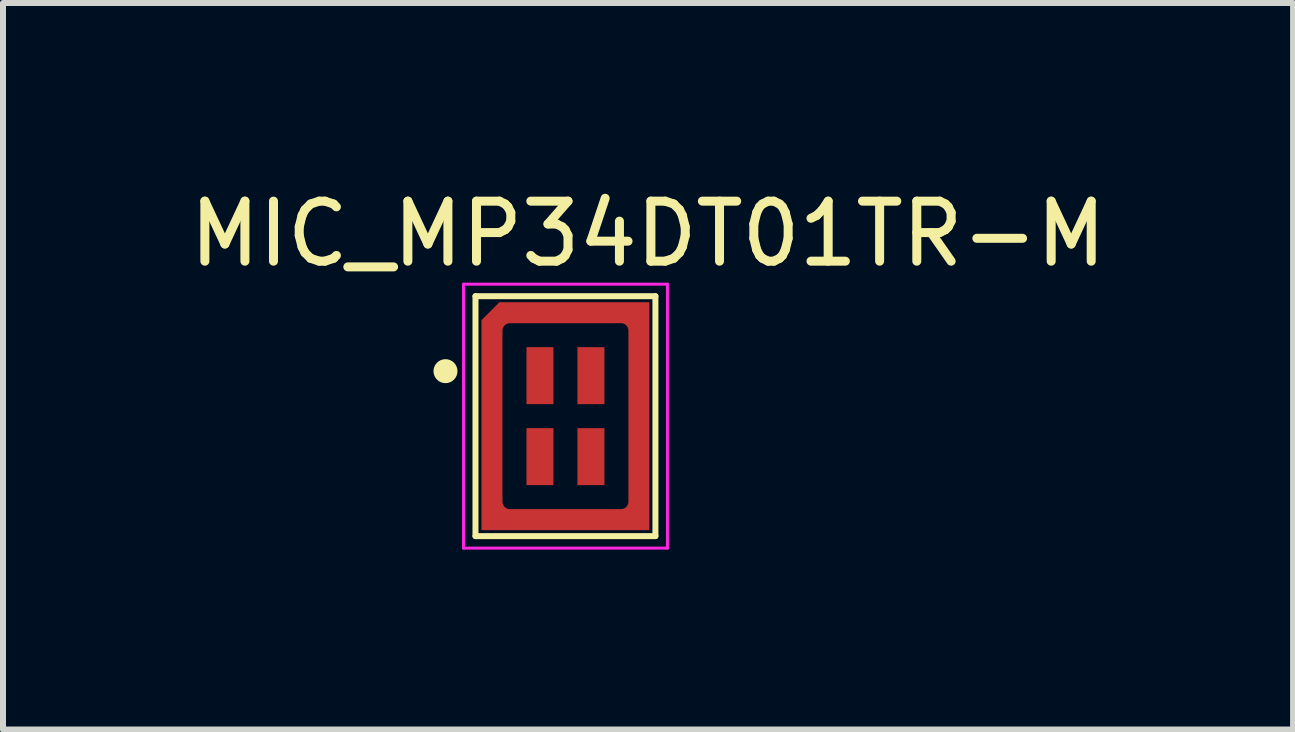
<source format=kicad_pcb>
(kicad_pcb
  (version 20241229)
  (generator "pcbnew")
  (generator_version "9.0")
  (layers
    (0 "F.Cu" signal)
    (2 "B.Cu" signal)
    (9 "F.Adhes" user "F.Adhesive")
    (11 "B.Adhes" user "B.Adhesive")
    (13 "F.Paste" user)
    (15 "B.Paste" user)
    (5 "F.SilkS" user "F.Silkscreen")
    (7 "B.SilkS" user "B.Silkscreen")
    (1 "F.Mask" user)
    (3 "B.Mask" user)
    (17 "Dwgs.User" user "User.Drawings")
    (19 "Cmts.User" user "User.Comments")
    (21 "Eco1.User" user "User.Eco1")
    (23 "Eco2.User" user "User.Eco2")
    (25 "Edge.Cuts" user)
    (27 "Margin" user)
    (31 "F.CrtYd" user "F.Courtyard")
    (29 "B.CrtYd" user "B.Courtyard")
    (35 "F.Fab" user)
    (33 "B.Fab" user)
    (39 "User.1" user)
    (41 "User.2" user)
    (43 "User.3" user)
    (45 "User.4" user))
  (footprint "MIC_MP34DT01TR-M"
    (layer "F.Cu")
    (at 6.377 3.888)
    (property "Reference" "MIC_MP34DT01TR-M" (at 1.377 -3.039 0) (layer "F.SilkS") (effects (font (size 1.001 1.001) (thickness 0.15))))
    (attr smd)
    (fp_poly (pts (xy -1.1 -1.9) (xy 1.4 -1.9) (xy 1.4 1.9) (xy 0 1.9) (xy 0 1.55) (xy 0.925 1.55) (xy 0.932 1.55) (xy 0.938 1.549) (xy 0.945 1.548) (xy 0.951 1.547) (xy 0.957 1.546) (xy 0.964 1.544) (xy 0.97 1.542) (xy 0.976 1.539) (xy 0.982 1.536) (xy 0.988 1.533) (xy 0.993 1.53) (xy 0.998 1.526) (xy 1.004 1.522) (xy 1.009 1.518) (xy 1.013 1.513) (xy 1.018 1.509) (xy 1.022 1.504) (xy 1.026 1.498) (xy 1.03 1.493) (xy 1.033 1.488) (xy 1.036 1.482) (xy 1.039 1.476) (xy 1.042 1.47) (xy 1.044 1.464) (xy 1.046 1.457) (xy 1.047 1.451) (xy 1.048 1.445) (xy 1.049 1.438) (xy 1.05 1.432) (xy 1.05 1.425) (xy 1.05 -1.425) (xy 1.05 -1.432) (xy 1.049 -1.438) (xy 1.048 -1.445) (xy 1.047 -1.451) (xy 1.046 -1.457) (xy 1.044 -1.464) (xy 1.042 -1.47) (xy 1.039 -1.476) (xy 1.036 -1.482) (xy 1.033 -1.488) (xy 1.03 -1.493) (xy 1.026 -1.498) (xy 1.022 -1.504) (xy 1.018 -1.509) (xy 1.013 -1.513) (xy 1.009 -1.518) (xy 1.004 -1.522) (xy 0.998 -1.526) (xy 0.993 -1.53) (xy 0.988 -1.533) (xy 0.982 -1.536) (xy 0.976 -1.539) (xy 0.97 -1.542) (xy 0.964 -1.544) (xy 0.957 -1.546) (xy 0.951 -1.547) (xy 0.945 -1.548) (xy 0.938 -1.549) (xy 0.932 -1.55) (xy 0.925 -1.55) (xy -0.925 -1.55) (xy -0.932 -1.55) (xy -0.938 -1.549) (xy -0.945 -1.548) (xy -0.951 -1.547) (xy -0.957 -1.546) (xy -0.964 -1.544) (xy -0.97 -1.542) (xy -0.976 -1.539) (xy -0.982 -1.536) (xy -0.988 -1.533) (xy -0.993 -1.53) (xy -0.998 -1.526) (xy -1.004 -1.522) (xy -1.009 -1.518) (xy -1.013 -1.513) (xy -1.018 -1.509) (xy -1.022 -1.504) (xy -1.026 -1.498) (xy -1.03 -1.493) (xy -1.033 -1.488) (xy -1.036 -1.482) (xy -1.039 -1.476) (xy -1.042 -1.47) (xy -1.044 -1.464) (xy -1.046 -1.457) (xy -1.047 -1.451) (xy -1.048 -1.445) (xy -1.049 -1.438) (xy -1.05 -1.432) (xy -1.05 -1.425) (xy -1.05 1.425) (xy -1.05 1.432) (xy -1.049 1.438) (xy -1.048 1.445) (xy -1.047 1.451) (xy -1.046 1.457) (xy -1.044 1.464) (xy -1.042 1.47) (xy -1.039 1.476) (xy -1.036 1.482) (xy -1.033 1.488) (xy -1.03 1.493) (xy -1.026 1.498) (xy -1.022 1.504) (xy -1.018 1.509) (xy -1.013 1.513) (xy -1.009 1.518) (xy -1.004 1.522) (xy -0.998 1.526) (xy -0.993 1.53) (xy -0.988 1.533) (xy -0.982 1.536) (xy -0.976 1.539) (xy -0.97 1.542) (xy -0.964 1.544) (xy -0.957 1.546) (xy -0.951 1.547) (xy -0.945 1.548) (xy -0.938 1.549) (xy -0.932 1.55) (xy -0.925 1.55) (xy 0 1.55) (xy 0 1.9) (xy -1.4 1.9) (xy -1.4 -1.6) (xy -1.1 -1.9)) (stroke (width 0) (type solid)) (fill yes) (layer "F.Mask"))
    (fp_line (start -1.5 -2) (end 1.5 -2) (stroke (width 0.1) (type solid)) (layer "F.SilkS"))
    (fp_line (start -1.5 2) (end -1.5 -2) (stroke (width 0.1) (type solid)) (layer "F.SilkS"))
    (fp_line (start 1.5 -2) (end 1.5 2) (stroke (width 0.1) (type solid)) (layer "F.SilkS"))
    (fp_line (start 1.5 2) (end -1.5 2) (stroke (width 0.1) (type solid)) (layer "F.SilkS"))
    (fp_circle (center -2 -0.75) (end -1.9 -0.75) (stroke (width 0.2) (type solid)) (fill no) (layer "F.SilkS"))
    (fp_poly (pts (xy -1.1 -1.9) (xy 1.4 -1.9) (xy 1.4 1.9) (xy 0 1.9) (xy 0 1.55) (xy 0.925 1.55) (xy 0.932 1.55) (xy 0.938 1.549) (xy 0.945 1.548) (xy 0.951 1.547) (xy 0.957 1.546) (xy 0.964 1.544) (xy 0.97 1.542) (xy 0.976 1.539) (xy 0.982 1.536) (xy 0.988 1.533) (xy 0.993 1.53) (xy 0.998 1.526) (xy 1.004 1.522) (xy 1.009 1.518) (xy 1.013 1.513) (xy 1.018 1.509) (xy 1.022 1.504) (xy 1.026 1.498) (xy 1.03 1.493) (xy 1.033 1.488) (xy 1.036 1.482) (xy 1.039 1.476) (xy 1.042 1.47) (xy 1.044 1.464) (xy 1.046 1.457) (xy 1.047 1.451) (xy 1.048 1.445) (xy 1.049 1.438) (xy 1.05 1.432) (xy 1.05 1.425) (xy 1.05 -1.425) (xy 1.05 -1.432) (xy 1.049 -1.438) (xy 1.048 -1.445) (xy 1.047 -1.451) (xy 1.046 -1.457) (xy 1.044 -1.464) (xy 1.042 -1.47) (xy 1.039 -1.476) (xy 1.036 -1.482) (xy 1.033 -1.488) (xy 1.03 -1.493) (xy 1.026 -1.498) (xy 1.022 -1.504) (xy 1.018 -1.509) (xy 1.013 -1.513) (xy 1.009 -1.518) (xy 1.004 -1.522) (xy 0.998 -1.526) (xy 0.993 -1.53) (xy 0.988 -1.533) (xy 0.982 -1.536) (xy 0.976 -1.539) (xy 0.97 -1.542) (xy 0.964 -1.544) (xy 0.957 -1.546) (xy 0.951 -1.547) (xy 0.945 -1.548) (xy 0.938 -1.549) (xy 0.932 -1.55) (xy 0.925 -1.55) (xy -0.925 -1.55) (xy -0.932 -1.55) (xy -0.938 -1.549) (xy -0.945 -1.548) (xy -0.951 -1.547) (xy -0.957 -1.546) (xy -0.964 -1.544) (xy -0.97 -1.542) (xy -0.976 -1.539) (xy -0.982 -1.536) (xy -0.988 -1.533) (xy -0.993 -1.53) (xy -0.998 -1.526) (xy -1.004 -1.522) (xy -1.009 -1.518) (xy -1.013 -1.513) (xy -1.018 -1.509) (xy -1.022 -1.504) (xy -1.026 -1.498) (xy -1.03 -1.493) (xy -1.033 -1.488) (xy -1.036 -1.482) (xy -1.039 -1.476) (xy -1.042 -1.47) (xy -1.044 -1.464) (xy -1.046 -1.457) (xy -1.047 -1.451) (xy -1.048 -1.445) (xy -1.049 -1.438) (xy -1.05 -1.432) (xy -1.05 -1.425) (xy -1.05 1.425) (xy -1.05 1.432) (xy -1.049 1.438) (xy -1.048 1.445) (xy -1.047 1.451) (xy -1.046 1.457) (xy -1.044 1.464) (xy -1.042 1.47) (xy -1.039 1.476) (xy -1.036 1.482) (xy -1.033 1.488) (xy -1.03 1.493) (xy -1.026 1.498) (xy -1.022 1.504) (xy -1.018 1.509) (xy -1.013 1.513) (xy -1.009 1.518) (xy -1.004 1.522) (xy -0.998 1.526) (xy -0.993 1.53) (xy -0.988 1.533) (xy -0.982 1.536) (xy -0.976 1.539) (xy -0.97 1.542) (xy -0.964 1.544) (xy -0.957 1.546) (xy -0.951 1.547) (xy -0.945 1.548) (xy -0.938 1.549) (xy -0.932 1.55) (xy -0.925 1.55) (xy 0 1.55) (xy 0 1.9) (xy -1.4 1.9) (xy -1.4 -1.6) (xy -1.1 -1.9)) (stroke (width 0) (type solid)) (fill yes) (layer "F.Paste"))
    (fp_line (start -1.7 -2.2) (end 1.7 -2.2) (stroke (width 0.05) (type solid)) (layer "F.CrtYd"))
    (fp_line (start -1.7 2.2) (end -1.7 -2.2) (stroke (width 0.05) (type solid)) (layer "F.CrtYd"))
    (fp_line (start 1.7 -2.2) (end 1.7 2.2) (stroke (width 0.05) (type solid)) (layer "F.CrtYd"))
    (fp_line (start 1.7 2.2) (end -1.7 2.2) (stroke (width 0.05) (type solid)) (layer "F.CrtYd"))
    (pad "1" smd rect (at -0.425 -0.675) (size 0.45 0.95) (layers "F.Cu" "F.Mask" "F.Paste"))
    (pad "2" smd rect (at -0.425 0.675) (size 0.45 0.95) (layers "F.Cu" "F.Mask" "F.Paste"))
    (pad "3" smd rect (at 0.425 0.675) (size 0.45 0.95) (layers "F.Cu" "F.Mask" "F.Paste"))
    (pad "4" smd rect (at 0.425 -0.675) (size 0.45 0.95) (layers "F.Cu" "F.Mask" "F.Paste"))
    (pad "5" smd custom (at -1 -1.75) (size 0.05 0.05) (layers "F.Cu" "F.Mask" "F.Paste") (options (anchor rect)) (primitives (gr_poly (pts (xy -0.1 -0.15) (xy 2.4 -0.15) (xy 2.4 3.65) (xy 1 3.65) (xy 1 3.3) (xy 1.925 3.3) (xy 1.932 3.3) (xy 1.938 3.299) (xy 1.945 3.298) (xy 1.951 3.297) (xy 1.957 3.296) (xy 1.964 3.294) (xy 1.97 3.292) (xy 1.976 3.289) (xy 1.982 3.286) (xy 1.988 3.283) (xy 1.993 3.28) (xy 1.998 3.276) (xy 2.004 3.272) (xy 2.009 3.268) (xy 2.013 3.263) (xy 2.018 3.259) (xy 2.022 3.254) (xy 2.026 3.248) (xy 2.03 3.243) (xy 2.033 3.238) (xy 2.036 3.232) (xy 2.039 3.226) (xy 2.042 3.22) (xy 2.044 3.214) (xy 2.046 3.207) (xy 2.047 3.201) (xy 2.048 3.195) (xy 2.049 3.188) (xy 2.05 3.182) (xy 2.05 3.175) (xy 2.05 0.325) (xy 2.05 0.318) (xy 2.049 0.312) (xy 2.048 0.305) (xy 2.047 0.299) (xy 2.046 0.293) (xy 2.044 0.286) (xy 2.042 0.28) (xy 2.039 0.274) (xy 2.036 0.268) (xy 2.033 0.262) (xy 2.03 0.257) (xy 2.026 0.252) (xy 2.022 0.246) (xy 2.018 0.241) (xy 2.013 0.237) (xy 2.009 0.232) (xy 2.004 0.228) (xy 1.998 0.224) (xy 1.993 0.22) (xy 1.988 0.217) (xy 1.982 0.214) (xy 1.976 0.211) (xy 1.97 0.208) (xy 1.964 0.206) (xy 1.957 0.204) (xy 1.951 0.203) (xy 1.945 0.202) (xy 1.938 0.201) (xy 1.932 0.2) (xy 1.925 0.2) (xy 0.075 0.2) (xy 0.068 0.2) (xy 0.062 0.201) (xy 0.055 0.202) (xy 0.049 0.203) (xy 0.043 0.204) (xy 0.036 0.206) (xy 0.03 0.208) (xy 0.024 0.211) (xy 0.018 0.214) (xy 0.012 0.217) (xy 0.007 0.22) (xy 0.002 0.224) (xy -0.004 0.228) (xy -0.009 0.232) (xy -0.013 0.237) (xy -0.018 0.241) (xy -0.022 0.246) (xy -0.026 0.252) (xy -0.03 0.257) (xy -0.033 0.262) (xy -0.036 0.268) (xy -0.039 0.274) (xy -0.042 0.28) (xy -0.044 0.286) (xy -0.046 0.293) (xy -0.047 0.299) (xy -0.048 0.305) (xy -0.049 0.312) (xy -0.05 0.318) (xy -0.05 0.325) (xy -0.05 3.175) (xy -0.05 3.182) (xy -0.049 3.188) (xy -0.048 3.195) (xy -0.047 3.201) (xy -0.046 3.207) (xy -0.044 3.214) (xy -0.042 3.22) (xy -0.039 3.226) (xy -0.036 3.232) (xy -0.033 3.238) (xy -0.03 3.243) (xy -0.026 3.248) (xy -0.022 3.254) (xy -0.018 3.259) (xy -0.013 3.263) (xy -0.009 3.268) (xy -0.004 3.272) (xy 0.002 3.276) (xy 0.007 3.28) (xy 0.012 3.283) (xy 0.018 3.286) (xy 0.024 3.289) (xy 0.03 3.292) (xy 0.036 3.294) (xy 0.043 3.296) (xy 0.049 3.297) (xy 0.055 3.298) (xy 0.062 3.299) (xy 0.068 3.3) (xy 0.075 3.3) (xy 1 3.3) (xy 1 3.65) (xy -0.4 3.65) (xy -0.4 0.15) (xy -0.1 -0.15)) (width 0) (fill yes)))))
  (gr_rect
    (start -3 -3)
    (end 18.508 9.113)
    (stroke (width 0.1) (type default))
    (fill no)
    (layer "Edge.Cuts")))
</source>
